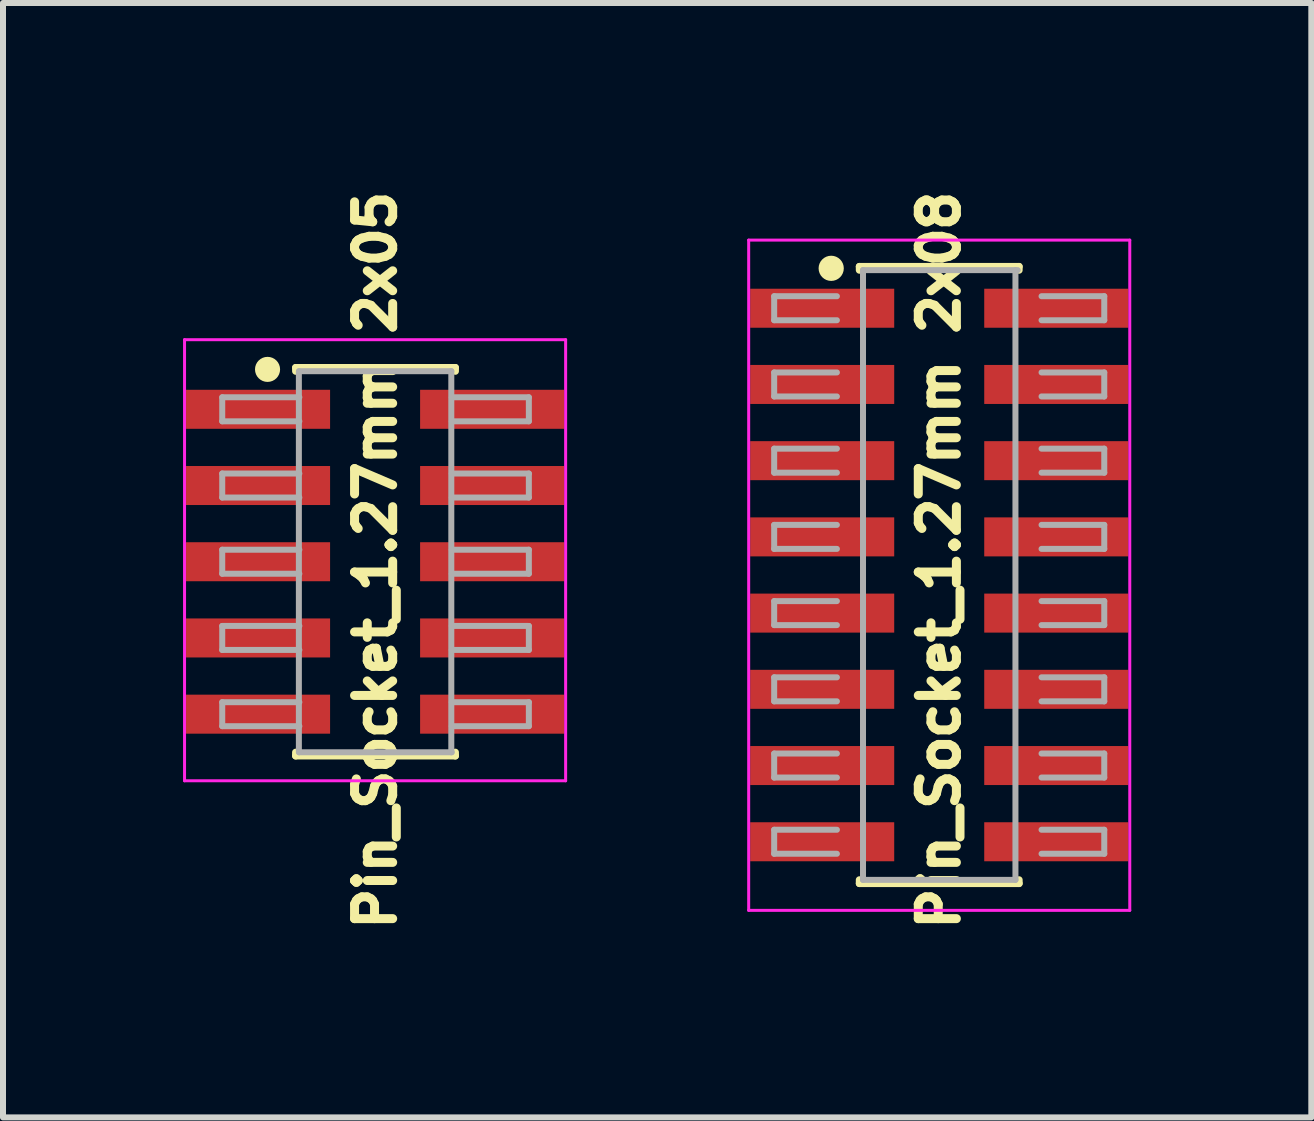
<source format=kicad_pcb>
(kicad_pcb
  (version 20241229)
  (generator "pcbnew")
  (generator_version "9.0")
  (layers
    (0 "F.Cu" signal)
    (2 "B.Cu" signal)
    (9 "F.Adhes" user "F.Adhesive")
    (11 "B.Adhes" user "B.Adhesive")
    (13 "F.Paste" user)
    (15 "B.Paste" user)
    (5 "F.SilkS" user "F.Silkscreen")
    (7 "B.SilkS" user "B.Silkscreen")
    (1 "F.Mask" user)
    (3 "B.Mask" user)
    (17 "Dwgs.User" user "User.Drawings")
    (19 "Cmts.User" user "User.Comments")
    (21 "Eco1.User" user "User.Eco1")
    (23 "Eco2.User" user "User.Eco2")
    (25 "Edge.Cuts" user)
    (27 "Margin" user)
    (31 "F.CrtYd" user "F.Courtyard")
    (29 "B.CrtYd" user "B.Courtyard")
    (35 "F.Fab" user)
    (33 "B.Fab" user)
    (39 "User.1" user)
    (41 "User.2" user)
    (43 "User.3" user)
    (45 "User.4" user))
  (footprint "Pin_Socket_1.27mm 2x08"
    (layer "F.Cu")
    (at 12.6 6.539)
    (property "Reference" "Pin_Socket_1.27mm 2x08" (at 0 -0.254 90) (unlocked yes) (layer "F.SilkS") (effects (font (size 0.635 0.635) (thickness 0.15))))
    (attr smd)
    (fp_line (start -1.33 -5.148) (end -1.33 -5.088) (stroke (width 0.12) (type solid)) (layer "F.SilkS"))
    (fp_line (start -1.33 -5.148) (end 1.33 -5.148) (stroke (width 0.12) (type solid)) (layer "F.SilkS"))
    (fp_line (start -1.33 5.072) (end -1.33 5.132) (stroke (width 0.12) (type solid)) (layer "F.SilkS"))
    (fp_line (start -1.33 5.132) (end 1.33 5.132) (stroke (width 0.12) (type solid)) (layer "F.SilkS"))
    (fp_line (start 1.33 -5.148) (end 1.33 -5.088) (stroke (width 0.12) (type solid)) (layer "F.SilkS"))
    (fp_line (start 1.33 5.072) (end 1.33 5.132) (stroke (width 0.12) (type solid)) (layer "F.SilkS"))
    (fp_circle (center -1.8 -5.118) (end -1.65 -5.118) (stroke (width 0.12) (type solid)) (fill yes) (layer "F.SilkS"))
    (fp_line (start -3.175 -5.588) (end -3.175 5.58) (stroke (width 0.05) (type solid)) (layer "F.CrtYd"))
    (fp_line (start -3.175 5.58) (end 3.175 5.58) (stroke (width 0.05) (type solid)) (layer "F.CrtYd"))
    (fp_line (start 3.175 -5.588) (end -3.175 -5.588) (stroke (width 0.05) (type solid)) (layer "F.CrtYd"))
    (fp_line (start 3.175 5.58) (end 3.175 -5.588) (stroke (width 0.05) (type solid)) (layer "F.CrtYd"))
    (fp_line (start -2.75 -4.653) (end -2.75 -4.253) (stroke (width 0.1) (type solid)) (layer "F.Fab"))
    (fp_line (start -2.75 -4.253) (end -1.705 -4.253) (stroke (width 0.1) (type solid)) (layer "F.Fab"))
    (fp_line (start -2.75 -3.383) (end -2.75 -2.983) (stroke (width 0.1) (type solid)) (layer "F.Fab"))
    (fp_line (start -2.75 -2.983) (end -1.705 -2.983) (stroke (width 0.1) (type solid)) (layer "F.Fab"))
    (fp_line (start -2.75 -2.113) (end -2.75 -1.713) (stroke (width 0.1) (type solid)) (layer "F.Fab"))
    (fp_line (start -2.75 -1.713) (end -1.705 -1.713) (stroke (width 0.1) (type solid)) (layer "F.Fab"))
    (fp_line (start -2.75 -0.843) (end -2.75 -0.443) (stroke (width 0.1) (type solid)) (layer "F.Fab"))
    (fp_line (start -2.75 -0.443) (end -1.705 -0.443) (stroke (width 0.1) (type solid)) (layer "F.Fab"))
    (fp_line (start -2.75 0.427) (end -2.75 0.827) (stroke (width 0.1) (type solid)) (layer "F.Fab"))
    (fp_line (start -2.75 0.827) (end -1.705 0.827) (stroke (width 0.1) (type solid)) (layer "F.Fab"))
    (fp_line (start -2.75 1.697) (end -2.75 2.097) (stroke (width 0.1) (type solid)) (layer "F.Fab"))
    (fp_line (start -2.75 2.097) (end -1.705 2.097) (stroke (width 0.1) (type solid)) (layer "F.Fab"))
    (fp_line (start -2.75 2.967) (end -2.75 3.367) (stroke (width 0.1) (type solid)) (layer "F.Fab"))
    (fp_line (start -2.75 3.367) (end -1.705 3.367) (stroke (width 0.1) (type solid)) (layer "F.Fab"))
    (fp_line (start -2.75 4.237) (end -2.75 4.637) (stroke (width 0.1) (type solid)) (layer "F.Fab"))
    (fp_line (start -2.75 4.637) (end -1.705 4.637) (stroke (width 0.1) (type solid)) (layer "F.Fab"))
    (fp_line (start -1.705 -4.653) (end -2.75 -4.653) (stroke (width 0.1) (type solid)) (layer "F.Fab"))
    (fp_line (start -1.705 -3.383) (end -2.75 -3.383) (stroke (width 0.1) (type solid)) (layer "F.Fab"))
    (fp_line (start -1.705 -2.113) (end -2.75 -2.113) (stroke (width 0.1) (type solid)) (layer "F.Fab"))
    (fp_line (start -1.705 -0.843) (end -2.75 -0.843) (stroke (width 0.1) (type solid)) (layer "F.Fab"))
    (fp_line (start -1.705 0.427) (end -2.75 0.427) (stroke (width 0.1) (type solid)) (layer "F.Fab"))
    (fp_line (start -1.705 1.697) (end -2.75 1.697) (stroke (width 0.1) (type solid)) (layer "F.Fab"))
    (fp_line (start -1.705 2.967) (end -2.75 2.967) (stroke (width 0.1) (type solid)) (layer "F.Fab"))
    (fp_line (start -1.705 4.237) (end -2.75 4.237) (stroke (width 0.1) (type solid)) (layer "F.Fab"))
    (fp_line (start -1.27 -5.088) (end 1.308 -5.088) (stroke (width 0.1) (type solid)) (layer "F.Fab"))
    (fp_line (start -1.27 5.072) (end -1.27 -5.088) (stroke (width 0.1) (type solid)) (layer "F.Fab"))
    (fp_line (start 1.27 -5.088) (end 1.27 5.072) (stroke (width 0.1) (type solid)) (layer "F.Fab"))
    (fp_line (start 1.27 5.072) (end -1.27 5.072) (stroke (width 0.1) (type solid)) (layer "F.Fab"))
    (fp_line (start 1.705 -4.653) (end 2.75 -4.653) (stroke (width 0.1) (type solid)) (layer "F.Fab"))
    (fp_line (start 1.705 -3.383) (end 2.75 -3.383) (stroke (width 0.1) (type solid)) (layer "F.Fab"))
    (fp_line (start 1.705 -2.113) (end 2.75 -2.113) (stroke (width 0.1) (type solid)) (layer "F.Fab"))
    (fp_line (start 1.705 -0.843) (end 2.75 -0.843) (stroke (width 0.1) (type solid)) (layer "F.Fab"))
    (fp_line (start 1.705 0.427) (end 2.75 0.427) (stroke (width 0.1) (type solid)) (layer "F.Fab"))
    (fp_line (start 1.705 1.697) (end 2.75 1.697) (stroke (width 0.1) (type solid)) (layer "F.Fab"))
    (fp_line (start 1.705 2.967) (end 2.75 2.967) (stroke (width 0.1) (type solid)) (layer "F.Fab"))
    (fp_line (start 1.705 4.237) (end 2.75 4.237) (stroke (width 0.1) (type solid)) (layer "F.Fab"))
    (fp_line (start 2.75 -4.653) (end 2.75 -4.253) (stroke (width 0.1) (type solid)) (layer "F.Fab"))
    (fp_line (start 2.75 -4.253) (end 1.705 -4.253) (stroke (width 0.1) (type solid)) (layer "F.Fab"))
    (fp_line (start 2.75 -3.383) (end 2.75 -2.983) (stroke (width 0.1) (type solid)) (layer "F.Fab"))
    (fp_line (start 2.75 -2.983) (end 1.705 -2.983) (stroke (width 0.1) (type solid)) (layer "F.Fab"))
    (fp_line (start 2.75 -2.113) (end 2.75 -1.713) (stroke (width 0.1) (type solid)) (layer "F.Fab"))
    (fp_line (start 2.75 -1.713) (end 1.705 -1.713) (stroke (width 0.1) (type solid)) (layer "F.Fab"))
    (fp_line (start 2.75 -0.843) (end 2.75 -0.443) (stroke (width 0.1) (type solid)) (layer "F.Fab"))
    (fp_line (start 2.75 -0.443) (end 1.705 -0.443) (stroke (width 0.1) (type solid)) (layer "F.Fab"))
    (fp_line (start 2.75 0.427) (end 2.75 0.827) (stroke (width 0.1) (type solid)) (layer "F.Fab"))
    (fp_line (start 2.75 0.827) (end 1.705 0.827) (stroke (width 0.1) (type solid)) (layer "F.Fab"))
    (fp_line (start 2.75 1.697) (end 2.75 2.097) (stroke (width 0.1) (type solid)) (layer "F.Fab"))
    (fp_line (start 2.75 2.097) (end 1.705 2.097) (stroke (width 0.1) (type solid)) (layer "F.Fab"))
    (fp_line (start 2.75 2.967) (end 2.75 3.367) (stroke (width 0.1) (type solid)) (layer "F.Fab"))
    (fp_line (start 2.75 3.367) (end 1.705 3.367) (stroke (width 0.1) (type solid)) (layer "F.Fab"))
    (fp_line (start 2.75 4.237) (end 2.75 4.637) (stroke (width 0.1) (type solid)) (layer "F.Fab"))
    (fp_line (start 2.75 4.637) (end 1.705 4.637) (stroke (width 0.1) (type solid)) (layer "F.Fab"))
    (pad "1" smd rect (at -1.95 -4.453) (size 2.4 0.65) (layers "F.Cu" "F.Mask" "F.Paste"))
    (pad "2" smd rect (at -1.95 -3.183) (size 2.4 0.65) (layers "F.Cu" "F.Mask" "F.Paste"))
    (pad "3" smd rect (at -1.95 -1.913) (size 2.4 0.65) (layers "F.Cu" "F.Mask" "F.Paste"))
    (pad "4" smd rect (at -1.95 -0.643) (size 2.4 0.65) (layers "F.Cu" "F.Mask" "F.Paste"))
    (pad "5" smd rect (at -1.95 0.627) (size 2.4 0.65) (layers "F.Cu" "F.Mask" "F.Paste"))
    (pad "6" smd rect (at -1.95 1.897) (size 2.4 0.65) (layers "F.Cu" "F.Mask" "F.Paste"))
    (pad "7" smd rect (at -1.95 3.167) (size 2.4 0.65) (layers "F.Cu" "F.Mask" "F.Paste"))
    (pad "8" smd rect (at -1.95 4.437) (size 2.4 0.65) (layers "F.Cu" "F.Mask" "F.Paste"))
    (pad "9" smd rect (at 1.95 4.437) (size 2.4 0.65) (layers "F.Cu" "F.Mask" "F.Paste"))
    (pad "10" smd rect (at 1.95 3.167) (size 2.4 0.65) (layers "F.Cu" "F.Mask" "F.Paste"))
    (pad "11" smd rect (at 1.95 1.897) (size 2.4 0.65) (layers "F.Cu" "F.Mask" "F.Paste"))
    (pad "12" smd rect (at 1.95 0.627) (size 2.4 0.65) (layers "F.Cu" "F.Mask" "F.Paste"))
    (pad "13" smd rect (at 1.95 -0.643) (size 2.4 0.65) (layers "F.Cu" "F.Mask" "F.Paste"))
    (pad "14" smd rect (at 1.95 -1.913) (size 2.4 0.65) (layers "F.Cu" "F.Mask" "F.Paste"))
    (pad "15" smd rect (at 1.95 -3.183) (size 2.4 0.65) (layers "F.Cu" "F.Mask" "F.Paste"))
    (pad "16" smd rect (at 1.95 -4.453) (size 2.4 0.65) (layers "F.Cu" "F.Mask" "F.Paste")))
  (footprint "Pin_Socket_1.27mm 2x05"
    (layer "F.Cu")
    (at 3.2 6.285)
    (property "Reference" "Pin_Socket_1.27mm 2x05" (at 0.007 0 90) (unlocked yes) (layer "F.SilkS") (effects (font (size 0.635 0.635) (thickness 0.15))))
    (attr smd)
    (fp_line (start -1.323 -3.21) (end -1.323 -3.15) (stroke (width 0.12) (type solid)) (layer "F.SilkS"))
    (fp_line (start -1.323 -3.21) (end 1.337 -3.21) (stroke (width 0.12) (type solid)) (layer "F.SilkS"))
    (fp_line (start -1.323 3.2) (end -1.323 3.26) (stroke (width 0.12) (type solid)) (layer "F.SilkS"))
    (fp_line (start -1.323 3.26) (end 1.337 3.26) (stroke (width 0.12) (type solid)) (layer "F.SilkS"))
    (fp_line (start 1.337 -3.21) (end 1.337 -3.15) (stroke (width 0.12) (type solid)) (layer "F.SilkS"))
    (fp_line (start 1.337 3.2) (end 1.337 3.26) (stroke (width 0.12) (type solid)) (layer "F.SilkS"))
    (fp_circle (center -1.792 -3.18) (end -1.643 -3.18) (stroke (width 0.12) (type solid)) (fill yes) (layer "F.SilkS"))
    (fp_line (start -3.175 -3.675) (end 3.175 -3.675) (stroke (width 0.05) (type solid)) (layer "F.CrtYd"))
    (fp_line (start -3.175 3.675) (end -3.175 -3.675) (stroke (width 0.05) (type solid)) (layer "F.CrtYd"))
    (fp_line (start 3.175 -3.675) (end 3.175 3.675) (stroke (width 0.05) (type solid)) (layer "F.CrtYd"))
    (fp_line (start 3.175 3.675) (end -3.175 3.675) (stroke (width 0.05) (type solid)) (layer "F.CrtYd"))
    (fp_line (start -2.547 -2.715) (end -1.262 -2.715) (stroke (width 0.1) (type solid)) (layer "F.Fab"))
    (fp_line (start -2.547 -2.315) (end -2.547 -2.715) (stroke (width 0.1) (type solid)) (layer "F.Fab"))
    (fp_line (start -2.547 -1.445) (end -1.262 -1.445) (stroke (width 0.1) (type solid)) (layer "F.Fab"))
    (fp_line (start -2.547 -1.045) (end -2.547 -1.445) (stroke (width 0.1) (type solid)) (layer "F.Fab"))
    (fp_line (start -2.547 -0.175) (end -1.262 -0.175) (stroke (width 0.1) (type solid)) (layer "F.Fab"))
    (fp_line (start -2.547 0.225) (end -2.547 -0.175) (stroke (width 0.1) (type solid)) (layer "F.Fab"))
    (fp_line (start -2.547 1.095) (end -1.262 1.095) (stroke (width 0.1) (type solid)) (layer "F.Fab"))
    (fp_line (start -2.547 1.495) (end -2.547 1.095) (stroke (width 0.1) (type solid)) (layer "F.Fab"))
    (fp_line (start -2.547 2.365) (end -1.262 2.365) (stroke (width 0.1) (type solid)) (layer "F.Fab"))
    (fp_line (start -2.547 2.765) (end -2.547 2.365) (stroke (width 0.1) (type solid)) (layer "F.Fab"))
    (fp_line (start -1.27 3.2) (end -1.27 -3.15) (stroke (width 0.1) (type solid)) (layer "F.Fab"))
    (fp_line (start -1.262 -3.15) (end 1.27 -3.15) (stroke (width 0.1) (type solid)) (layer "F.Fab"))
    (fp_line (start -1.262 -2.315) (end -2.547 -2.315) (stroke (width 0.1) (type solid)) (layer "F.Fab"))
    (fp_line (start -1.262 -1.045) (end -2.547 -1.045) (stroke (width 0.1) (type solid)) (layer "F.Fab"))
    (fp_line (start -1.262 0.225) (end -2.547 0.225) (stroke (width 0.1) (type solid)) (layer "F.Fab"))
    (fp_line (start -1.262 1.495) (end -2.547 1.495) (stroke (width 0.1) (type solid)) (layer "F.Fab"))
    (fp_line (start -1.262 2.765) (end -2.547 2.765) (stroke (width 0.1) (type solid)) (layer "F.Fab"))
    (fp_line (start 1.27 -3.15) (end 1.27 3.2) (stroke (width 0.1) (type solid)) (layer "F.Fab"))
    (fp_line (start 1.278 -2.715) (end 2.562 -2.715) (stroke (width 0.1) (type solid)) (layer "F.Fab"))
    (fp_line (start 1.278 -1.445) (end 2.562 -1.445) (stroke (width 0.1) (type solid)) (layer "F.Fab"))
    (fp_line (start 1.278 -0.175) (end 2.562 -0.175) (stroke (width 0.1) (type solid)) (layer "F.Fab"))
    (fp_line (start 1.278 1.095) (end 2.562 1.095) (stroke (width 0.1) (type solid)) (layer "F.Fab"))
    (fp_line (start 1.278 2.365) (end 2.562 2.365) (stroke (width 0.1) (type solid)) (layer "F.Fab"))
    (fp_line (start 1.278 3.2) (end -1.262 3.2) (stroke (width 0.1) (type solid)) (layer "F.Fab"))
    (fp_line (start 2.562 -2.715) (end 2.562 -2.315) (stroke (width 0.1) (type solid)) (layer "F.Fab"))
    (fp_line (start 2.562 -2.315) (end 1.278 -2.315) (stroke (width 0.1) (type solid)) (layer "F.Fab"))
    (fp_line (start 2.562 -1.445) (end 2.562 -1.045) (stroke (width 0.1) (type solid)) (layer "F.Fab"))
    (fp_line (start 2.562 -1.045) (end 1.278 -1.045) (stroke (width 0.1) (type solid)) (layer "F.Fab"))
    (fp_line (start 2.562 -0.175) (end 2.562 0.225) (stroke (width 0.1) (type solid)) (layer "F.Fab"))
    (fp_line (start 2.562 0.225) (end 1.278 0.225) (stroke (width 0.1) (type solid)) (layer "F.Fab"))
    (fp_line (start 2.562 1.095) (end 2.562 1.495) (stroke (width 0.1) (type solid)) (layer "F.Fab"))
    (fp_line (start 2.562 1.495) (end 1.278 1.495) (stroke (width 0.1) (type solid)) (layer "F.Fab"))
    (fp_line (start 2.562 2.365) (end 2.562 2.765) (stroke (width 0.1) (type solid)) (layer "F.Fab"))
    (fp_line (start 2.562 2.765) (end 1.278 2.765) (stroke (width 0.1) (type solid)) (layer "F.Fab"))
    (pad "1" smd rect (at -1.95 -2.515) (size 2.4 0.65) (layers "F.Cu" "F.Mask" "F.Paste"))
    (pad "2" smd rect (at -1.95 -1.245) (size 2.4 0.65) (layers "F.Cu" "F.Mask" "F.Paste"))
    (pad "3" smd rect (at -1.95 0.025) (size 2.4 0.65) (layers "F.Cu" "F.Mask" "F.Paste"))
    (pad "4" smd rect (at -1.95 1.295) (size 2.4 0.65) (layers "F.Cu" "F.Mask" "F.Paste"))
    (pad "5" smd rect (at -1.95 2.565) (size 2.4 0.65) (layers "F.Cu" "F.Mask" "F.Paste"))
    (pad "6" smd rect (at 1.95 2.565) (size 2.4 0.65) (layers "F.Cu" "F.Mask" "F.Paste"))
    (pad "7" smd rect (at 1.95 1.295) (size 2.4 0.65) (layers "F.Cu" "F.Mask" "F.Paste"))
    (pad "8" smd rect (at 1.95 0.025) (size 2.4 0.65) (layers "F.Cu" "F.Mask" "F.Paste"))
    (pad "9" smd rect (at 1.95 -1.245) (size 2.4 0.65) (layers "F.Cu" "F.Mask" "F.Paste"))
    (pad "10" smd rect (at 1.95 -2.515) (size 2.4 0.65) (layers "F.Cu" "F.Mask" "F.Paste")))
  (gr_rect
    (start -3 -3)
    (end 18.8 15.569)
    (stroke (width 0.1) (type default))
    (fill no)
    (layer "Edge.Cuts")))
</source>
